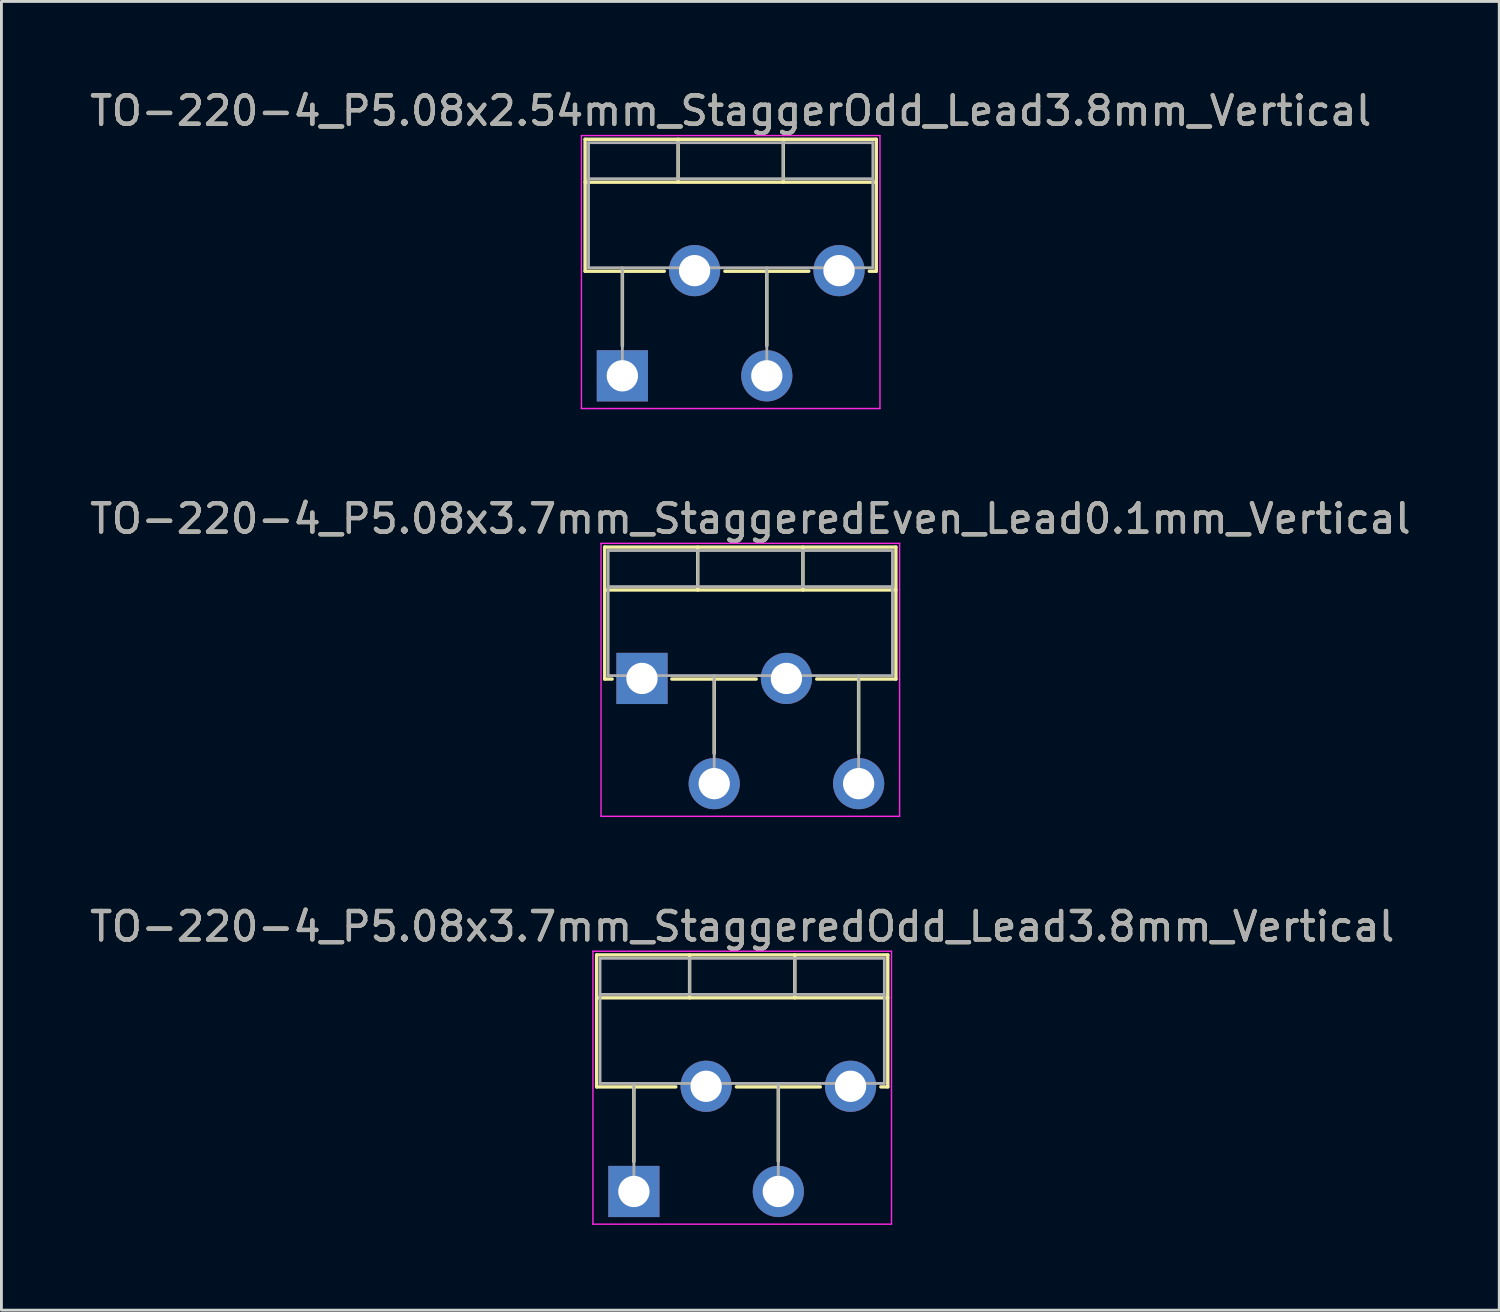
<source format=kicad_pcb>
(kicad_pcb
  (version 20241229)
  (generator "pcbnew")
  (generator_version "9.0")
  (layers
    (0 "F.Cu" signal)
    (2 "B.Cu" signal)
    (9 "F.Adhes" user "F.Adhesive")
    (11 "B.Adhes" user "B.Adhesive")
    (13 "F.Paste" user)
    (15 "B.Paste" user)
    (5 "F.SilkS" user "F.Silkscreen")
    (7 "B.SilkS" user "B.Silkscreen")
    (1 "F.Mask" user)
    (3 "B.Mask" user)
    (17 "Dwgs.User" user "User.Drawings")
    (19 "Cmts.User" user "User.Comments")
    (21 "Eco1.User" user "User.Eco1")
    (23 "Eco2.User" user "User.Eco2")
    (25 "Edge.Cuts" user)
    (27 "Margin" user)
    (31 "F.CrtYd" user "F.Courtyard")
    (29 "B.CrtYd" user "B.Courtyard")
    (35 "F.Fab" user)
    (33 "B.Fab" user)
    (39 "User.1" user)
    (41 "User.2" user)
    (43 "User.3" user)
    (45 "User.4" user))
  (footprint "TO-220-4_P5.08x3.7mm_StaggeredOdd_Lead3.8mm_Vertical"
    (layer "F.Cu")
    (at 19.244 38.855)
    (property "Reference" "TO-220-4_P5.08x3.7mm_StaggeredOdd_Lead3.8mm_Vertical" (at 3.81 -9.32 0) (layer "F.SilkS") (effects (font (size 1 1) (thickness 0.15))))
    (attr through_hole)
    (fp_line (start -1.31 -8.32) (end -1.31 -3.679) (stroke (width 0.12) (type solid)) (layer "F.SilkS"))
    (fp_line (start -1.31 -8.32) (end 8.93 -8.32) (stroke (width 0.12) (type solid)) (layer "F.SilkS"))
    (fp_line (start -1.31 -6.811) (end 8.93 -6.811) (stroke (width 0.12) (type solid)) (layer "F.SilkS"))
    (fp_line (start -1.31 -3.679) (end 1.475 -3.679) (stroke (width 0.12) (type solid)) (layer "F.SilkS"))
    (fp_line (start 0 -3.679) (end 0 -1.049) (stroke (width 0.12) (type solid)) (layer "F.SilkS"))
    (fp_line (start 1.96 -8.32) (end 1.96 -6.811) (stroke (width 0.12) (type solid)) (layer "F.SilkS"))
    (fp_line (start 3.605 -3.679) (end 6.556 -3.679) (stroke (width 0.12) (type solid)) (layer "F.SilkS"))
    (fp_line (start 5.08 -3.679) (end 5.08 -1.065) (stroke (width 0.12) (type solid)) (layer "F.SilkS"))
    (fp_line (start 5.66 -8.32) (end 5.66 -6.811) (stroke (width 0.12) (type solid)) (layer "F.SilkS"))
    (fp_line (start 8.685 -3.679) (end 8.93 -3.679) (stroke (width 0.12) (type solid)) (layer "F.SilkS"))
    (fp_line (start 8.93 -8.32) (end 8.93 -3.679) (stroke (width 0.12) (type solid)) (layer "F.SilkS"))
    (fp_line (start -1.44 -8.45) (end -1.44 1.15) (stroke (width 0.05) (type solid)) (layer "F.CrtYd"))
    (fp_line (start -1.44 1.15) (end 9.06 1.15) (stroke (width 0.05) (type solid)) (layer "F.CrtYd"))
    (fp_line (start 9.06 -8.45) (end -1.44 -8.45) (stroke (width 0.05) (type solid)) (layer "F.CrtYd"))
    (fp_line (start 9.06 1.15) (end 9.06 -8.45) (stroke (width 0.05) (type solid)) (layer "F.CrtYd"))
    (fp_line (start -1.19 -8.2) (end -1.19 -3.8) (stroke (width 0.1) (type solid)) (layer "F.Fab"))
    (fp_line (start -1.19 -6.93) (end 8.81 -6.93) (stroke (width 0.1) (type solid)) (layer "F.Fab"))
    (fp_line (start -1.19 -3.8) (end 8.81 -3.8) (stroke (width 0.1) (type solid)) (layer "F.Fab"))
    (fp_line (start 0 -3.8) (end 0 0) (stroke (width 0.1) (type solid)) (layer "F.Fab"))
    (fp_line (start 1.96 -8.2) (end 1.96 -6.93) (stroke (width 0.1) (type solid)) (layer "F.Fab"))
    (fp_line (start 2.54 -3.8) (end 2.54 -3.7) (stroke (width 0.1) (type solid)) (layer "F.Fab"))
    (fp_line (start 5.08 -3.8) (end 5.08 0) (stroke (width 0.1) (type solid)) (layer "F.Fab"))
    (fp_line (start 5.66 -8.2) (end 5.66 -6.93) (stroke (width 0.1) (type solid)) (layer "F.Fab"))
    (fp_line (start 7.62 -3.8) (end 7.62 -3.7) (stroke (width 0.1) (type solid)) (layer "F.Fab"))
    (fp_line (start 8.81 -8.2) (end -1.19 -8.2) (stroke (width 0.1) (type solid)) (layer "F.Fab"))
    (fp_line (start 8.81 -3.8) (end 8.81 -8.2) (stroke (width 0.1) (type solid)) (layer "F.Fab"))
    (fp_text user "${REFERENCE}" (at 3.81 -9.32 0) (layer "F.Fab") (effects (font (size 1 1) (thickness 0.15))))
    (pad "1" thru_hole rect (at 0 0) (size 1.8 1.8) (drill 1.1) (layers "*.Cu" "*.Mask"))
    (pad "2" thru_hole oval (at 2.54 -3.7) (size 1.8 1.8) (drill 1.1) (layers "*.Cu" "*.Mask"))
    (pad "3" thru_hole oval (at 5.08 0) (size 1.8 1.8) (drill 1.1) (layers "*.Cu" "*.Mask"))
    (pad "4" thru_hole oval (at 7.62 -3.7) (size 1.8 1.8) (drill 1.1) (layers "*.Cu" "*.Mask")))
  (footprint "TO-220-4_P5.08x2.54mm_StaggerOdd_Lead3.8mm_Vertical"
    (layer "F.Cu")
    (at 18.839 10.168)
    (property "Reference" "TO-220-4_P5.08x2.54mm_StaggerOdd_Lead3.8mm_Vertical" (at 3.81 -9.32 0) (layer "F.SilkS") (effects (font (size 1 1) (thickness 0.15))))
    (attr through_hole)
    (fp_line (start -1.31 -8.32) (end -1.31 -3.679) (stroke (width 0.12) (type solid)) (layer "F.SilkS"))
    (fp_line (start -1.31 -8.32) (end 8.93 -8.32) (stroke (width 0.12) (type solid)) (layer "F.SilkS"))
    (fp_line (start -1.31 -6.811) (end 8.93 -6.811) (stroke (width 0.12) (type solid)) (layer "F.SilkS"))
    (fp_line (start -1.31 -3.679) (end 1.475 -3.679) (stroke (width 0.12) (type solid)) (layer "F.SilkS"))
    (fp_line (start 0 -3.679) (end 0 -1.049) (stroke (width 0.12) (type solid)) (layer "F.SilkS"))
    (fp_line (start 1.96 -8.32) (end 1.96 -6.811) (stroke (width 0.12) (type solid)) (layer "F.SilkS"))
    (fp_line (start 3.605 -3.679) (end 6.556 -3.679) (stroke (width 0.12) (type solid)) (layer "F.SilkS"))
    (fp_line (start 5.08 -3.679) (end 5.08 -1.065) (stroke (width 0.12) (type solid)) (layer "F.SilkS"))
    (fp_line (start 5.66 -8.32) (end 5.66 -6.811) (stroke (width 0.12) (type solid)) (layer "F.SilkS"))
    (fp_line (start 8.685 -3.679) (end 8.93 -3.679) (stroke (width 0.12) (type solid)) (layer "F.SilkS"))
    (fp_line (start 8.93 -8.32) (end 8.93 -3.679) (stroke (width 0.12) (type solid)) (layer "F.SilkS"))
    (fp_line (start -1.44 -8.45) (end -1.44 1.15) (stroke (width 0.05) (type solid)) (layer "F.CrtYd"))
    (fp_line (start -1.44 1.15) (end 9.06 1.15) (stroke (width 0.05) (type solid)) (layer "F.CrtYd"))
    (fp_line (start 9.06 -8.45) (end -1.44 -8.45) (stroke (width 0.05) (type solid)) (layer "F.CrtYd"))
    (fp_line (start 9.06 1.15) (end 9.06 -8.45) (stroke (width 0.05) (type solid)) (layer "F.CrtYd"))
    (fp_line (start -1.19 -8.2) (end -1.19 -3.8) (stroke (width 0.1) (type solid)) (layer "F.Fab"))
    (fp_line (start -1.19 -6.93) (end 8.81 -6.93) (stroke (width 0.1) (type solid)) (layer "F.Fab"))
    (fp_line (start -1.19 -3.8) (end 8.81 -3.8) (stroke (width 0.1) (type solid)) (layer "F.Fab"))
    (fp_line (start 0 -3.8) (end 0 0) (stroke (width 0.1) (type solid)) (layer "F.Fab"))
    (fp_line (start 1.96 -8.2) (end 1.96 -6.93) (stroke (width 0.1) (type solid)) (layer "F.Fab"))
    (fp_line (start 2.54 -3.8) (end 2.54 -3.7) (stroke (width 0.1) (type solid)) (layer "F.Fab"))
    (fp_line (start 5.08 -3.8) (end 5.08 0) (stroke (width 0.1) (type solid)) (layer "F.Fab"))
    (fp_line (start 5.66 -8.2) (end 5.66 -6.93) (stroke (width 0.1) (type solid)) (layer "F.Fab"))
    (fp_line (start 7.62 -3.8) (end 7.62 -3.7) (stroke (width 0.1) (type solid)) (layer "F.Fab"))
    (fp_line (start 8.81 -8.2) (end -1.19 -8.2) (stroke (width 0.1) (type solid)) (layer "F.Fab"))
    (fp_line (start 8.81 -3.8) (end 8.81 -8.2) (stroke (width 0.1) (type solid)) (layer "F.Fab"))
    (fp_text user "${REFERENCE}" (at 3.81 -9.32 0) (layer "F.Fab") (effects (font (size 1 1) (thickness 0.15))))
    (pad "1" thru_hole rect (at 0 0) (size 1.8 1.8) (drill 1.1) (layers "*.Cu" "*.Mask"))
    (pad "2" thru_hole oval (at 2.54 -3.7) (size 1.8 1.8) (drill 1.1) (layers "*.Cu" "*.Mask"))
    (pad "3" thru_hole oval (at 5.08 0) (size 1.8 1.8) (drill 1.1) (layers "*.Cu" "*.Mask"))
    (pad "4" thru_hole oval (at 7.62 -3.7) (size 1.8 1.8) (drill 1.1) (layers "*.Cu" "*.Mask")))
  (footprint "TO-220-4_P5.08x3.7mm_StaggeredEven_Lead0.1mm_Vertical"
    (layer "F.Cu")
    (at 19.529 20.811)
    (property "Reference" "TO-220-4_P5.08x3.7mm_StaggeredEven_Lead0.1mm_Vertical" (at 3.81 -5.62 0) (layer "F.SilkS") (effects (font (size 1 1) (thickness 0.15))))
    (attr through_hole)
    (fp_line (start -1.31 -4.62) (end -1.31 0.021) (stroke (width 0.12) (type solid)) (layer "F.SilkS"))
    (fp_line (start -1.31 -4.62) (end 8.93 -4.62) (stroke (width 0.12) (type solid)) (layer "F.SilkS"))
    (fp_line (start -1.31 -3.111) (end 8.93 -3.111) (stroke (width 0.12) (type solid)) (layer "F.SilkS"))
    (fp_line (start -1.31 0.021) (end -1.05 0.021) (stroke (width 0.12) (type solid)) (layer "F.SilkS"))
    (fp_line (start 1.05 0.021) (end 4.016 0.021) (stroke (width 0.12) (type solid)) (layer "F.SilkS"))
    (fp_line (start 1.96 -4.62) (end 1.96 -3.111) (stroke (width 0.12) (type solid)) (layer "F.SilkS"))
    (fp_line (start 2.54 0.021) (end 2.54 2.635) (stroke (width 0.12) (type solid)) (layer "F.SilkS"))
    (fp_line (start 5.66 -4.62) (end 5.66 -3.111) (stroke (width 0.12) (type solid)) (layer "F.SilkS"))
    (fp_line (start 6.145 0.021) (end 8.93 0.021) (stroke (width 0.12) (type solid)) (layer "F.SilkS"))
    (fp_line (start 7.62 0.021) (end 7.62 2.635) (stroke (width 0.12) (type solid)) (layer "F.SilkS"))
    (fp_line (start 8.93 -4.62) (end 8.93 0.021) (stroke (width 0.12) (type solid)) (layer "F.SilkS"))
    (fp_line (start -1.44 -4.75) (end -1.44 4.85) (stroke (width 0.05) (type solid)) (layer "F.CrtYd"))
    (fp_line (start -1.44 4.85) (end 9.06 4.85) (stroke (width 0.05) (type solid)) (layer "F.CrtYd"))
    (fp_line (start 9.06 -4.75) (end -1.44 -4.75) (stroke (width 0.05) (type solid)) (layer "F.CrtYd"))
    (fp_line (start 9.06 4.85) (end 9.06 -4.75) (stroke (width 0.05) (type solid)) (layer "F.CrtYd"))
    (fp_line (start -1.19 -4.5) (end -1.19 -0.1) (stroke (width 0.1) (type solid)) (layer "F.Fab"))
    (fp_line (start -1.19 -3.23) (end 8.81 -3.23) (stroke (width 0.1) (type solid)) (layer "F.Fab"))
    (fp_line (start -1.19 -0.1) (end 8.81 -0.1) (stroke (width 0.1) (type solid)) (layer "F.Fab"))
    (fp_line (start 0 -0.1) (end 0 0) (stroke (width 0.1) (type solid)) (layer "F.Fab"))
    (fp_line (start 1.96 -4.5) (end 1.96 -3.23) (stroke (width 0.1) (type solid)) (layer "F.Fab"))
    (fp_line (start 2.54 -0.1) (end 2.54 3.7) (stroke (width 0.1) (type solid)) (layer "F.Fab"))
    (fp_line (start 5.08 -0.1) (end 5.08 0) (stroke (width 0.1) (type solid)) (layer "F.Fab"))
    (fp_line (start 5.66 -4.5) (end 5.66 -3.23) (stroke (width 0.1) (type solid)) (layer "F.Fab"))
    (fp_line (start 7.62 -0.1) (end 7.62 3.7) (stroke (width 0.1) (type solid)) (layer "F.Fab"))
    (fp_line (start 8.81 -4.5) (end -1.19 -4.5) (stroke (width 0.1) (type solid)) (layer "F.Fab"))
    (fp_line (start 8.81 -0.1) (end 8.81 -4.5) (stroke (width 0.1) (type solid)) (layer "F.Fab"))
    (fp_text user "${REFERENCE}" (at 3.81 -5.62 0) (layer "F.Fab") (effects (font (size 1 1) (thickness 0.15))))
    (pad "1" thru_hole rect (at 0 0) (size 1.8 1.8) (drill 1.1) (layers "*.Cu" "*.Mask"))
    (pad "2" thru_hole oval (at 2.54 3.7) (size 1.8 1.8) (drill 1.1) (layers "*.Cu" "*.Mask"))
    (pad "3" thru_hole oval (at 5.08 0) (size 1.8 1.8) (drill 1.1) (layers "*.Cu" "*.Mask"))
    (pad "4" thru_hole oval (at 7.62 3.7) (size 1.8 1.8) (drill 1.1) (layers "*.Cu" "*.Mask")))
  (gr_rect
    (start -3 -3)
    (end 49.679 43.03)
    (stroke (width 0.1) (type default))
    (fill no)
    (layer "Edge.Cuts")))
</source>
